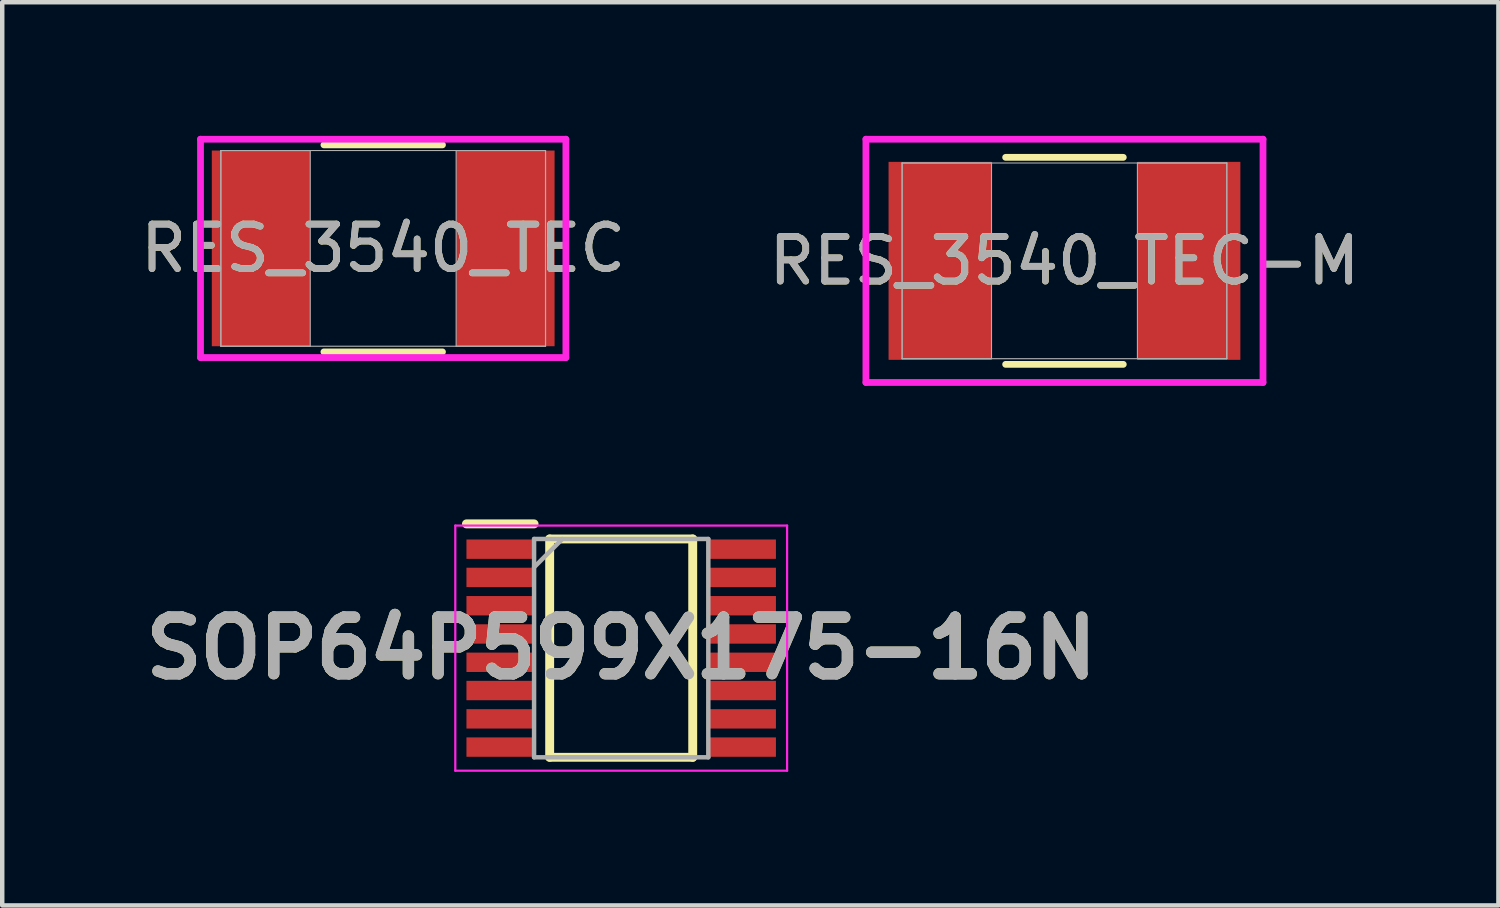
<source format=kicad_pcb>
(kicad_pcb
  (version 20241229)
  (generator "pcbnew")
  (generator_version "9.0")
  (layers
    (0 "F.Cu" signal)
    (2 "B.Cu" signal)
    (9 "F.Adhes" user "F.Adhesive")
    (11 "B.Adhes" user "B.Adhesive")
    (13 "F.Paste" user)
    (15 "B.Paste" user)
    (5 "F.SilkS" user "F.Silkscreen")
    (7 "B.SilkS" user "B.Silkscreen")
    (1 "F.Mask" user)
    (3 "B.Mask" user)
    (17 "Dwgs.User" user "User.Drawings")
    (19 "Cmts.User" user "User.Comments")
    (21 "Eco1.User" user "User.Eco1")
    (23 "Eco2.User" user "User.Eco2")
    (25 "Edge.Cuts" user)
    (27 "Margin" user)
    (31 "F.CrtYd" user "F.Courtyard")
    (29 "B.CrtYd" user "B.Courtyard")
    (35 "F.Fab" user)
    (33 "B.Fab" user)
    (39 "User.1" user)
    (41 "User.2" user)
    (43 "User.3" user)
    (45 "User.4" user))
  (footprint "RES_3540_TEC-M"
    (layer "F.Cu")
    (at 20.851 2.807)
    (property "Reference" "RES_3540_TEC-M" (at 0 0 0) (unlocked yes) (layer "F.SilkS") (effects (font (size 1 1) (thickness 0.15))))
    (attr smd)
    (fp_line (start -1.321 2.324) (end 1.321 2.324) (stroke (width 0.152) (type solid)) (layer "F.SilkS"))
    (fp_line (start 1.321 -2.324) (end -1.321 -2.324) (stroke (width 0.152) (type solid)) (layer "F.SilkS"))
    (fp_line (start -4.458 -2.731) (end 4.458 -2.731) (stroke (width 0.152) (type solid)) (layer "F.CrtYd"))
    (fp_line (start -4.458 2.731) (end -4.458 -2.731) (stroke (width 0.152) (type solid)) (layer "F.CrtYd"))
    (fp_line (start 4.458 -2.731) (end 4.458 2.731) (stroke (width 0.152) (type solid)) (layer "F.CrtYd"))
    (fp_line (start 4.458 2.731) (end -4.458 2.731) (stroke (width 0.152) (type solid)) (layer "F.CrtYd"))
    (fp_line (start -3.645 -2.197) (end -3.645 2.197) (stroke (width 0.025) (type solid)) (layer "F.Fab"))
    (fp_line (start -3.645 -2.197) (end -3.645 2.197) (stroke (width 0.025) (type solid)) (layer "F.Fab"))
    (fp_line (start -3.645 2.197) (end -1.638 2.197) (stroke (width 0.025) (type solid)) (layer "F.Fab"))
    (fp_line (start -3.645 2.197) (end 3.645 2.197) (stroke (width 0.025) (type solid)) (layer "F.Fab"))
    (fp_line (start -1.638 -2.197) (end -3.645 -2.197) (stroke (width 0.025) (type solid)) (layer "F.Fab"))
    (fp_line (start -1.638 2.197) (end -1.638 -2.197) (stroke (width 0.025) (type solid)) (layer "F.Fab"))
    (fp_line (start 1.638 -2.197) (end 1.638 2.197) (stroke (width 0.025) (type solid)) (layer "F.Fab"))
    (fp_line (start 1.638 2.197) (end 3.645 2.197) (stroke (width 0.025) (type solid)) (layer "F.Fab"))
    (fp_line (start 3.645 -2.197) (end -3.645 -2.197) (stroke (width 0.025) (type solid)) (layer "F.Fab"))
    (fp_line (start 3.645 -2.197) (end 1.638 -2.197) (stroke (width 0.025) (type solid)) (layer "F.Fab"))
    (fp_line (start 3.645 2.197) (end 3.645 -2.197) (stroke (width 0.025) (type solid)) (layer "F.Fab"))
    (fp_line (start 3.645 2.197) (end 3.645 -2.197) (stroke (width 0.025) (type solid)) (layer "F.Fab"))
    (fp_text user "${REFERENCE}" (at 0 0 0) (unlocked yes) (layer "F.Fab") (effects (font (size 1 1) (thickness 0.15))))
    (pad "1" smd rect (at -2.794 0) (size 2.311 4.445) (layers "F.Cu" "F.Mask" "F.Paste"))
    (pad "2" smd rect (at 2.794 0) (size 2.311 4.445) (layers "F.Cu" "F.Mask" "F.Paste"))
    (zone (net_name "") (layer "F.Cu") (hatch full 0.508) (connect_pads) (min_thickness 0.254) (filled_areas_thickness no) (keepout (tracks not_allowed) (vias not_allowed) (pads allowed) (copperpour not_allowed) (footprints allowed)) (placement (enabled no)) (fill) (polygon (pts (xy 19.264 0.66) (xy 22.439 0.66) (xy 22.439 4.953) (xy 19.264 4.953)))))
  (footprint "RES_3540_TEC"
    (layer "F.Cu")
    (at 5.554 2.527)
    (property "Reference" "RES_3540_TEC" (at 0 0 0) (unlocked yes) (layer "F.SilkS") (effects (font (size 1 1) (thickness 0.15))))
    (attr smd)
    (fp_line (start -1.331 2.324) (end 1.331 2.324) (stroke (width 0.152) (type solid)) (layer "F.SilkS"))
    (fp_line (start 1.331 -2.324) (end -1.331 -2.324) (stroke (width 0.152) (type solid)) (layer "F.SilkS"))
    (fp_line (start -4.102 -2.451) (end 4.102 -2.451) (stroke (width 0.152) (type solid)) (layer "F.CrtYd"))
    (fp_line (start -4.102 2.451) (end -4.102 -2.451) (stroke (width 0.152) (type solid)) (layer "F.CrtYd"))
    (fp_line (start 4.102 -2.451) (end 4.102 2.451) (stroke (width 0.152) (type solid)) (layer "F.CrtYd"))
    (fp_line (start 4.102 2.451) (end -4.102 2.451) (stroke (width 0.152) (type solid)) (layer "F.CrtYd"))
    (fp_line (start -3.645 -2.197) (end -3.645 2.197) (stroke (width 0.025) (type solid)) (layer "F.Fab"))
    (fp_line (start -3.645 -2.197) (end -3.645 2.197) (stroke (width 0.025) (type solid)) (layer "F.Fab"))
    (fp_line (start -3.645 2.197) (end -1.638 2.197) (stroke (width 0.025) (type solid)) (layer "F.Fab"))
    (fp_line (start -3.645 2.197) (end 3.645 2.197) (stroke (width 0.025) (type solid)) (layer "F.Fab"))
    (fp_line (start -1.638 -2.197) (end -3.645 -2.197) (stroke (width 0.025) (type solid)) (layer "F.Fab"))
    (fp_line (start -1.638 2.197) (end -1.638 -2.197) (stroke (width 0.025) (type solid)) (layer "F.Fab"))
    (fp_line (start 1.638 -2.197) (end 1.638 2.197) (stroke (width 0.025) (type solid)) (layer "F.Fab"))
    (fp_line (start 1.638 2.197) (end 3.645 2.197) (stroke (width 0.025) (type solid)) (layer "F.Fab"))
    (fp_line (start 3.645 -2.197) (end -3.645 -2.197) (stroke (width 0.025) (type solid)) (layer "F.Fab"))
    (fp_line (start 3.645 -2.197) (end 1.638 -2.197) (stroke (width 0.025) (type solid)) (layer "F.Fab"))
    (fp_line (start 3.645 2.197) (end 3.645 -2.197) (stroke (width 0.025) (type solid)) (layer "F.Fab"))
    (fp_line (start 3.645 2.197) (end 3.645 -2.197) (stroke (width 0.025) (type solid)) (layer "F.Fab"))
    (fp_text user "${REFERENCE}" (at 0 0 0) (unlocked yes) (layer "F.Fab") (effects (font (size 1 1) (thickness 0.15))))
    (pad "1" smd rect (at -2.743 0) (size 2.21 4.394) (layers "F.Cu" "F.Mask" "F.Paste"))
    (pad "2" smd rect (at 2.743 0) (size 2.21 4.394) (layers "F.Cu" "F.Mask" "F.Paste"))
    (zone (net_name "") (layer "F.Cu") (hatch full 0.508) (connect_pads) (min_thickness 0.254) (filled_areas_thickness no) (keepout (tracks not_allowed) (vias not_allowed) (pads allowed) (copperpour not_allowed) (footprints allowed)) (placement (enabled no)) (fill) (polygon (pts (xy 3.966 0.381) (xy 7.141 0.381) (xy 7.141 4.674) (xy 3.966 4.674)))))
  (footprint "SOP64P599X175-16N"
    (layer "F.Cu")
    (at 10.898 11.503)
    (property "Reference" "SOP64P599X175-16N" (at 0 0 0) (layer "F.SilkS") (effects (font (size 1.27 1.27) (thickness 0.254))))
    (attr smd)
    (fp_line (start -3.475 -2.79) (end -1.956 -2.79) (stroke (width 0.2) (type solid)) (layer "F.SilkS"))
    (fp_line (start -1.606 -2.451) (end 1.606 -2.451) (stroke (width 0.2) (type solid)) (layer "F.SilkS"))
    (fp_line (start -1.606 2.451) (end -1.606 -2.451) (stroke (width 0.2) (type solid)) (layer "F.SilkS"))
    (fp_line (start 1.606 -2.451) (end 1.606 2.451) (stroke (width 0.2) (type solid)) (layer "F.SilkS"))
    (fp_line (start 1.606 2.451) (end -1.606 2.451) (stroke (width 0.2) (type solid)) (layer "F.SilkS"))
    (fp_line (start -3.725 -2.752) (end 3.725 -2.752) (stroke (width 0.05) (type solid)) (layer "F.CrtYd"))
    (fp_line (start -3.725 2.752) (end -3.725 -2.752) (stroke (width 0.05) (type solid)) (layer "F.CrtYd"))
    (fp_line (start 3.725 -2.752) (end 3.725 2.752) (stroke (width 0.05) (type solid)) (layer "F.CrtYd"))
    (fp_line (start 3.725 2.752) (end -3.725 2.752) (stroke (width 0.05) (type solid)) (layer "F.CrtYd"))
    (fp_line (start -1.956 -2.451) (end 1.956 -2.451) (stroke (width 0.1) (type solid)) (layer "F.Fab"))
    (fp_line (start -1.956 -1.816) (end -1.321 -2.451) (stroke (width 0.1) (type solid)) (layer "F.Fab"))
    (fp_line (start -1.956 2.451) (end -1.956 -2.451) (stroke (width 0.1) (type solid)) (layer "F.Fab"))
    (fp_line (start 1.956 -2.451) (end 1.956 2.451) (stroke (width 0.1) (type solid)) (layer "F.Fab"))
    (fp_line (start 1.956 2.451) (end -1.956 2.451) (stroke (width 0.1) (type solid)) (layer "F.Fab"))
    (fp_text user "${REFERENCE}" (at 0 0 0) (layer "F.Fab") (effects (font (size 1.27 1.27) (thickness 0.254))))
    (pad "1" smd rect (at -2.715 -2.222 90) (size 0.435 1.519) (layers "F.Cu" "F.Mask" "F.Paste"))
    (pad "2" smd rect (at -2.715 -1.588 90) (size 0.435 1.519) (layers "F.Cu" "F.Mask" "F.Paste"))
    (pad "3" smd rect (at -2.715 -0.952 90) (size 0.435 1.519) (layers "F.Cu" "F.Mask" "F.Paste"))
    (pad "4" smd rect (at -2.715 -0.318 90) (size 0.435 1.519) (layers "F.Cu" "F.Mask" "F.Paste"))
    (pad "5" smd rect (at -2.715 0.318 90) (size 0.435 1.519) (layers "F.Cu" "F.Mask" "F.Paste"))
    (pad "6" smd rect (at -2.715 0.952 90) (size 0.435 1.519) (layers "F.Cu" "F.Mask" "F.Paste"))
    (pad "7" smd rect (at -2.715 1.588 90) (size 0.435 1.519) (layers "F.Cu" "F.Mask" "F.Paste"))
    (pad "8" smd rect (at -2.715 2.222 90) (size 0.435 1.519) (layers "F.Cu" "F.Mask" "F.Paste"))
    (pad "9" smd rect (at 2.715 2.222 90) (size 0.435 1.519) (layers "F.Cu" "F.Mask" "F.Paste"))
    (pad "10" smd rect (at 2.715 1.588 90) (size 0.435 1.519) (layers "F.Cu" "F.Mask" "F.Paste"))
    (pad "11" smd rect (at 2.715 0.952 90) (size 0.435 1.519) (layers "F.Cu" "F.Mask" "F.Paste"))
    (pad "12" smd rect (at 2.715 0.318 90) (size 0.435 1.519) (layers "F.Cu" "F.Mask" "F.Paste"))
    (pad "13" smd rect (at 2.715 -0.318 90) (size 0.435 1.519) (layers "F.Cu" "F.Mask" "F.Paste"))
    (pad "14" smd rect (at 2.715 -0.952 90) (size 0.435 1.519) (layers "F.Cu" "F.Mask" "F.Paste"))
    (pad "15" smd rect (at 2.715 -1.588 90) (size 0.435 1.519) (layers "F.Cu" "F.Mask" "F.Paste"))
    (pad "16" smd rect (at 2.715 -2.222 90) (size 0.435 1.519) (layers "F.Cu" "F.Mask" "F.Paste")))
  (gr_rect
    (start -3 -3)
    (end 30.595 17.28)
    (stroke (width 0.1) (type default))
    (fill no)
    (layer "Edge.Cuts")))
</source>
